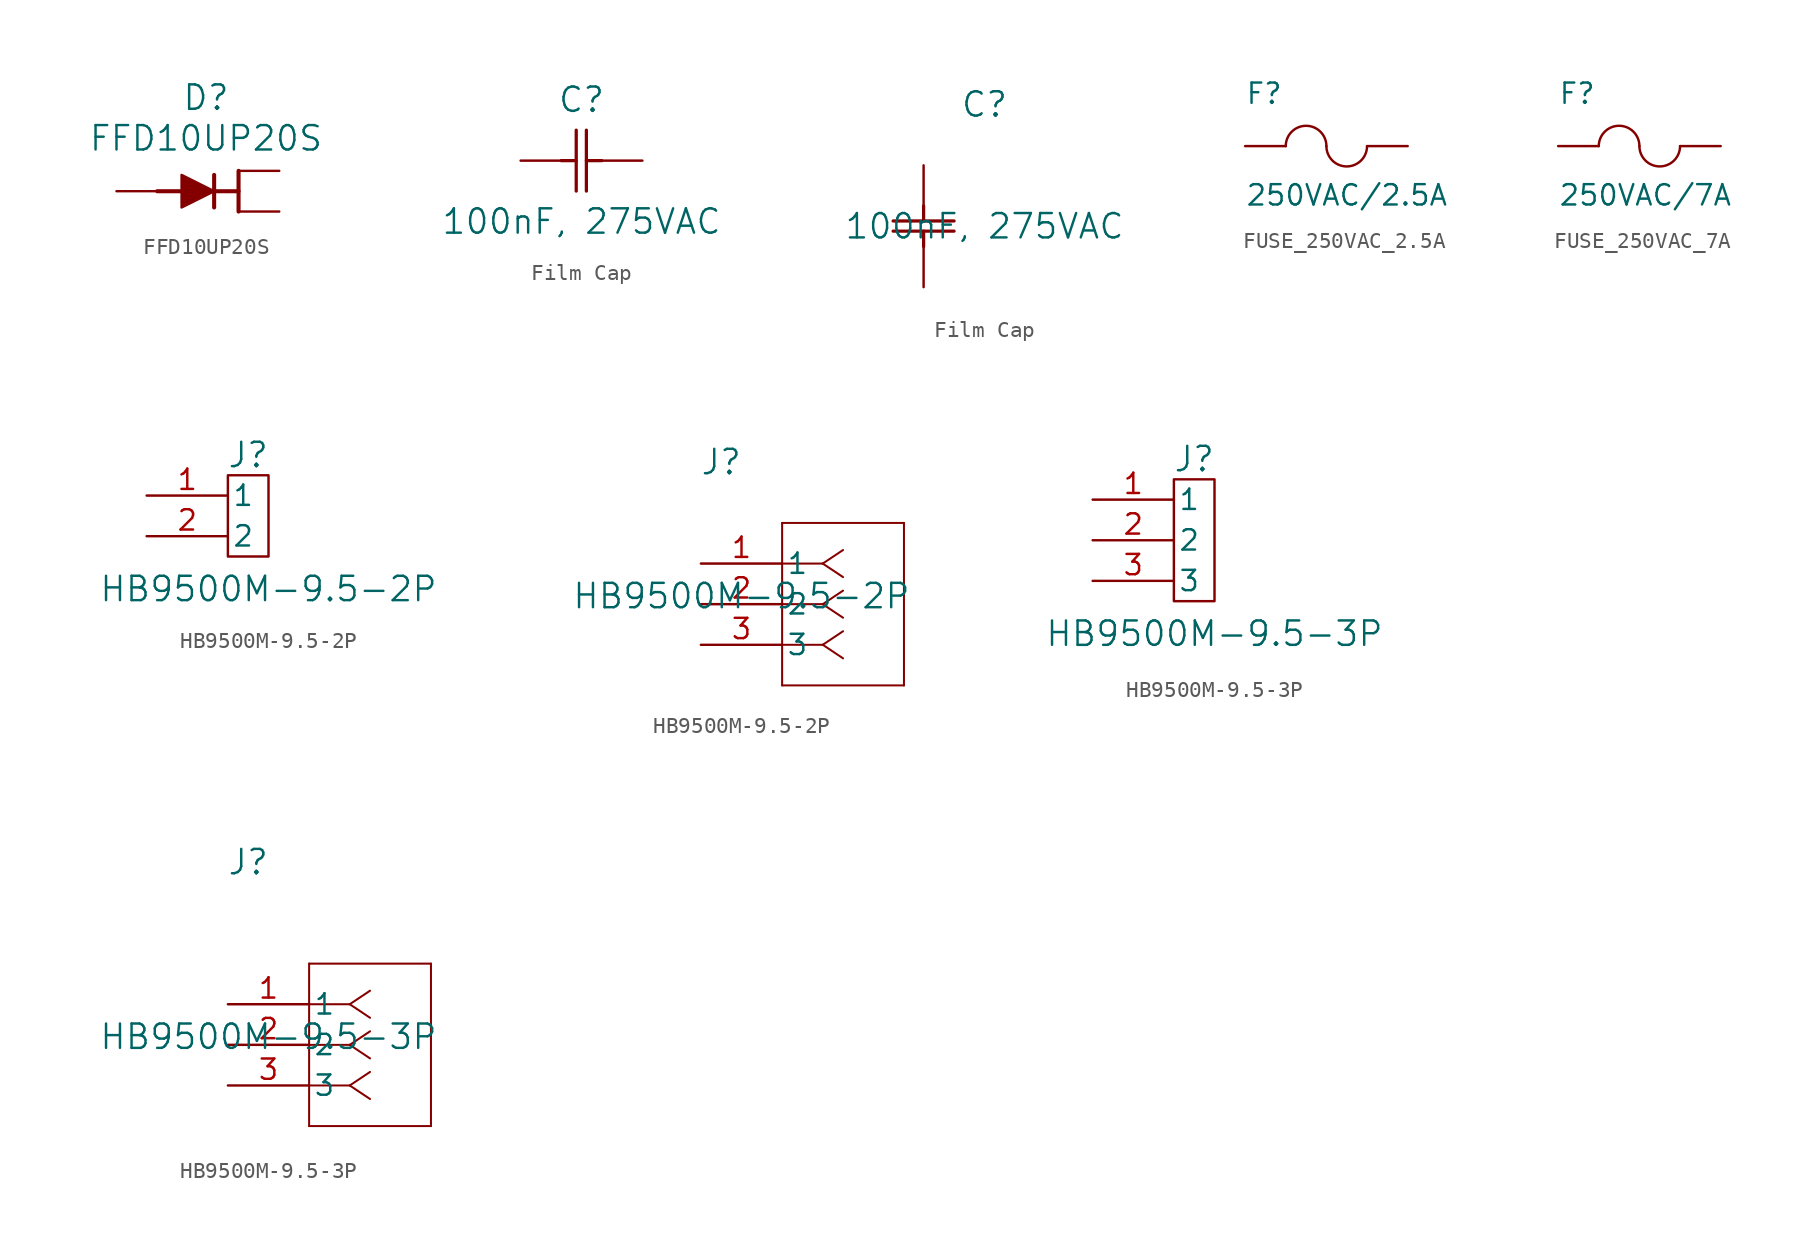
<source format=kicad_sym>
(kicad_symbol_lib
  (version 20231120)
  (generator "kicad_symbol_editor")
  (generator_version "8.0")
  (symbol "FFD10UP20S"
    (pin_numbers hide)
    (pin_names
      (offset 0.254) hide)
    (property "Reference" "D"
      (at 10.668 5.842 0)
      (effects (font (size 1.524 1.524))))
    (property "Value" "FFD10UP20S"
      (at 10.668 3.302 0)
      (effects (font (size 1.524 1.524))))
    (symbol "FFD10UP20S_0_1"
      (pin unspecified line (at 15.24 1.27 180) (length 2.54) (name "K" (effects (font (size 1.27 1.27)))) (number "1" (effects (font (size 1.27 1.27)))))
      (pin unspecified line (at 5.08 0 0) (length 2.54) (name "A" (effects (font (size 1.27 1.27)))) (number "2" (effects (font (size 1.27 1.27)))))
      (pin unspecified line (at 15.24 -1.27 180) (length 2.54) (name "K" (effects (font (size 1.27 1.27)))) (number "3" (effects (font (size 1.27 1.27))))))
    (symbol "FFD10UP20S_1_1"
      (polyline (pts (xy 7.62 0) (xy 9.144 0)) (stroke (width 0.254) (type default)) (fill (type none)))
      (polyline (pts (xy 11.176 0) (xy 12.7 0)) (stroke (width 0.254) (type default)) (fill (type none)))
      (polyline (pts (xy 11.176 1.016) (xy 11.176 -1.016)) (stroke (width 0.254) (type default)) (fill (type none)))
      (polyline (pts (xy 12.7 1.27) (xy 12.7 -1.27)) (stroke (width 0.254) (type default)) (fill (type none)))
      (polyline (pts (xy 9.144 0) (xy 9.144 1.016) (xy 11.176 0) (xy 9.144 -1.016) (xy 9.144 0)) (stroke (width 0) (type default)) (fill (type outline)))))
  (symbol "Film Cap"
    (pin_numbers hide)
    (pin_names
      (offset 0.254) hide)
    (property "Reference" "C"
      (at 3.81 3.81 0)
      (effects (font (size 1.524 1.524))))
    (property "Value" "100nF, 275VAC"
      (at 3.81 -3.81 0)
      (effects (font (size 1.524 1.524))))
    (symbol "Film Cap_1_1"
      (polyline (pts (xy 2.54 0) (xy 3.48 0)) (stroke (width 0.203) (type default)) (fill (type none)))
      (polyline (pts (xy 3.48 -1.905) (xy 3.48 1.905)) (stroke (width 0.203) (type default)) (fill (type none)))
      (polyline (pts (xy 4.115 -1.905) (xy 4.115 1.905)) (stroke (width 0.203) (type default)) (fill (type none)))
      (polyline (pts (xy 4.115 0) (xy 5.08 0)) (stroke (width 0.203) (type default)) (fill (type none)))
      (pin unspecified line (at 0 0 0) (length 2.54) (name "" (effects (font (size 1.27 1.27)))) (number "1" (effects (font (size 1.27 1.27)))))
      (pin unspecified line (at 7.62 0 180) (length 2.54) (name "" (effects (font (size 1.27 1.27)))) (number "2" (effects (font (size 1.27 1.27))))))
    (symbol "Film Cap_1_2"
      (polyline (pts (xy -1.905 -4.115) (xy 1.905 -4.115)) (stroke (width 0.203) (type default)) (fill (type none)))
      (polyline (pts (xy -1.905 -3.48) (xy 1.905 -3.48)) (stroke (width 0.203) (type default)) (fill (type none)))
      (polyline (pts (xy 0 -4.115) (xy 0 -5.08)) (stroke (width 0.203) (type default)) (fill (type none)))
      (polyline (pts (xy 0 -2.54) (xy 0 -3.48)) (stroke (width 0.203) (type default)) (fill (type none)))
      (pin unspecified line (at 0 0 270) (length 2.54) (name "" (effects (font (size 1.27 1.27)))) (number "1" (effects (font (size 1.27 1.27)))))
      (pin unspecified line (at 0 -7.62 90) (length 2.54) (name "" (effects (font (size 1.27 1.27)))) (number "2" (effects (font (size 1.27 1.27)))))))
  (symbol "FUSE_250VAC_2.5A"
    (pin_numbers hide)
    (pin_names
      (offset 1.016) hide)
    (property "Reference" "F"
      (at -5.08 2.54 0)
      (effects (font (size 1.27 1.27)) (justify left bottom)))
    (property "Value" "250VAC/2.5A"
      (at -5.08 -3.81 0)
      (effects (font (size 1.27 1.27)) (justify left bottom)))
    (symbol "FUSE_250VAC_2.5A_0_0"
      (arc (start 0 0) (mid 1.27 -1.27) (end 2.54 0) (stroke (width 0.1524) (type default)) (fill (type none)))
      (pin passive line (at -5.08 0 0) (length 2.54) (name "~" (effects (font (size 1.016 1.016)))) (number "1" (effects (font (size 1.016 1.016)))))
      (pin passive line (at 5.08 0 180) (length 2.54) (name "~" (effects (font (size 1.016 1.016)))) (number "2" (effects (font (size 1.016 1.016))))))
    (symbol "FUSE_250VAC_2.5A_1_0"
      (arc (start 0 0) (mid -1.27 1.27) (end -2.54 0) (stroke (width 0.1524) (type default)) (fill (type none)))))
  (symbol "FUSE_250VAC_7A"
    (pin_numbers hide)
    (pin_names
      (offset 1.016) hide)
    (property "Reference" "F"
      (at -5.08 2.54 0)
      (effects (font (size 1.27 1.27)) (justify left bottom)))
    (property "Value" "250VAC/7A"
      (at -5.08 -3.81 0)
      (effects (font (size 1.27 1.27)) (justify left bottom)))
    (symbol "FUSE_250VAC_7A_0_0"
      (arc (start 0 0) (mid 1.27 -1.27) (end 2.54 0) (stroke (width 0.1524) (type default)) (fill (type none)))
      (pin passive line (at -5.08 0 0) (length 2.54) (name "~" (effects (font (size 1.016 1.016)))) (number "1" (effects (font (size 1.016 1.016)))))
      (pin passive line (at 5.08 0 180) (length 2.54) (name "~" (effects (font (size 1.016 1.016)))) (number "2" (effects (font (size 1.016 1.016))))))
    (symbol "FUSE_250VAC_7A_1_0"
      (arc (start 0 0) (mid -1.27 1.27) (end -2.54 0) (stroke (width 0.1524) (type default)) (fill (type none)))))
  (symbol "HB9500M-9.5-2P"
    (pin_names
      (offset 0.254))
    (property "Reference" "J"
      (at 1.27 6.35 0)
      (effects (font (size 1.524 1.524))))
    (property "Value" "HB9500M-9.5-2P"
      (at 2.54 -2.032 0)
      (effects (font (size 1.524 1.524))))
    (symbol "HB9500M-9.5-2P_1_1"
      (polyline (pts (xy 0 5.08) (xy 0 0) (xy 2.54 0) (xy 2.54 5.08) (xy 0 5.08)) (stroke (width 0) (type default)) (fill (type none)))
      (pin unspecified line (at -5.08 3.81 0) (length 5.08) (name "1" (effects (font (size 1.27 1.27)))) (number "1" (effects (font (size 1.27 1.27)))))
      (pin unspecified line (at -5.08 1.27 0) (length 5.08) (name "2" (effects (font (size 1.27 1.27)))) (number "2" (effects (font (size 1.27 1.27))))))
    (symbol "HB9500M-9.5-2P_1_2"
      (polyline (pts (xy 5.08 -7.62) (xy 12.7 -7.62)) (stroke (width 0.127) (type default)) (fill (type none)))
      (polyline (pts (xy 5.08 2.54) (xy 5.08 -7.62)) (stroke (width 0.127) (type default)) (fill (type none)))
      (polyline (pts (xy 7.62 -5.08) (xy 5.08 -5.08)) (stroke (width 0.127) (type default)) (fill (type none)))
      (polyline (pts (xy 7.62 -5.08) (xy 8.89 -5.927)) (stroke (width 0.127) (type default)) (fill (type none)))
      (polyline (pts (xy 7.62 -5.08) (xy 8.89 -4.233)) (stroke (width 0.127) (type default)) (fill (type none)))
      (polyline (pts (xy 7.62 -2.54) (xy 5.08 -2.54)) (stroke (width 0.127) (type default)) (fill (type none)))
      (polyline (pts (xy 7.62 -2.54) (xy 8.89 -3.387)) (stroke (width 0.127) (type default)) (fill (type none)))
      (polyline (pts (xy 7.62 -2.54) (xy 8.89 -1.693)) (stroke (width 0.127) (type default)) (fill (type none)))
      (polyline (pts (xy 7.62 0) (xy 5.08 0)) (stroke (width 0.127) (type default)) (fill (type none)))
      (polyline (pts (xy 7.62 0) (xy 8.89 -0.847)) (stroke (width 0.127) (type default)) (fill (type none)))
      (polyline (pts (xy 7.62 0) (xy 8.89 0.847)) (stroke (width 0.127) (type default)) (fill (type none)))
      (polyline (pts (xy 12.7 -7.62) (xy 12.7 2.54)) (stroke (width 0.127) (type default)) (fill (type none)))
      (polyline (pts (xy 12.7 2.54) (xy 5.08 2.54)) (stroke (width 0.127) (type default)) (fill (type none)))
      (pin unspecified line (at 0 0 0) (length 5.08) (name "1" (effects (font (size 1.27 1.27)))) (number "1" (effects (font (size 1.27 1.27)))))
      (pin unspecified line (at 0 -2.54 0) (length 5.08) (name "2" (effects (font (size 1.27 1.27)))) (number "2" (effects (font (size 1.27 1.27)))))
      (pin unspecified line (at 0 -5.08 0) (length 5.08) (name "3" (effects (font (size 1.27 1.27)))) (number "3" (effects (font (size 1.27 1.27)))))))
  (symbol "HB9500M-9.5-3P"
    (pin_names
      (offset 0.254))
    (property "Reference" "J"
      (at 1.27 8.89 0)
      (effects (font (size 1.524 1.524))))
    (property "Value" "HB9500M-9.5-3P"
      (at 2.54 -2.032 0)
      (effects (font (size 1.524 1.524))))
    (symbol "HB9500M-9.5-3P_1_1"
      (polyline (pts (xy 0 7.62) (xy 0 0) (xy 2.54 0) (xy 2.54 7.62) (xy 0 7.62)) (stroke (width 0) (type default)) (fill (type none)))
      (pin unspecified line (at -5.08 6.35 0) (length 5.08) (name "1" (effects (font (size 1.27 1.27)))) (number "1" (effects (font (size 1.27 1.27)))))
      (pin unspecified line (at -5.08 3.81 0) (length 5.08) (name "2" (effects (font (size 1.27 1.27)))) (number "2" (effects (font (size 1.27 1.27)))))
      (pin unspecified line (at -5.08 1.27 0) (length 5.08) (name "3" (effects (font (size 1.27 1.27)))) (number "3" (effects (font (size 1.27 1.27))))))
    (symbol "HB9500M-9.5-3P_1_2"
      (polyline (pts (xy 5.08 -7.62) (xy 12.7 -7.62)) (stroke (width 0.127) (type default)) (fill (type none)))
      (polyline (pts (xy 5.08 2.54) (xy 5.08 -7.62)) (stroke (width 0.127) (type default)) (fill (type none)))
      (polyline (pts (xy 7.62 -5.08) (xy 5.08 -5.08)) (stroke (width 0.127) (type default)) (fill (type none)))
      (polyline (pts (xy 7.62 -5.08) (xy 8.89 -5.927)) (stroke (width 0.127) (type default)) (fill (type none)))
      (polyline (pts (xy 7.62 -5.08) (xy 8.89 -4.233)) (stroke (width 0.127) (type default)) (fill (type none)))
      (polyline (pts (xy 7.62 -2.54) (xy 5.08 -2.54)) (stroke (width 0.127) (type default)) (fill (type none)))
      (polyline (pts (xy 7.62 -2.54) (xy 8.89 -3.387)) (stroke (width 0.127) (type default)) (fill (type none)))
      (polyline (pts (xy 7.62 -2.54) (xy 8.89 -1.693)) (stroke (width 0.127) (type default)) (fill (type none)))
      (polyline (pts (xy 7.62 0) (xy 5.08 0)) (stroke (width 0.127) (type default)) (fill (type none)))
      (polyline (pts (xy 7.62 0) (xy 8.89 -0.847)) (stroke (width 0.127) (type default)) (fill (type none)))
      (polyline (pts (xy 7.62 0) (xy 8.89 0.847)) (stroke (width 0.127) (type default)) (fill (type none)))
      (polyline (pts (xy 12.7 -7.62) (xy 12.7 2.54)) (stroke (width 0.127) (type default)) (fill (type none)))
      (polyline (pts (xy 12.7 2.54) (xy 5.08 2.54)) (stroke (width 0.127) (type default)) (fill (type none)))
      (pin unspecified line (at 0 0 0) (length 5.08) (name "1" (effects (font (size 1.27 1.27)))) (number "1" (effects (font (size 1.27 1.27)))))
      (pin unspecified line (at 0 -2.54 0) (length 5.08) (name "2" (effects (font (size 1.27 1.27)))) (number "2" (effects (font (size 1.27 1.27)))))
      (pin unspecified line (at 0 -5.08 0) (length 5.08) (name "3" (effects (font (size 1.27 1.27)))) (number "3" (effects (font (size 1.27 1.27))))))))
</source>
